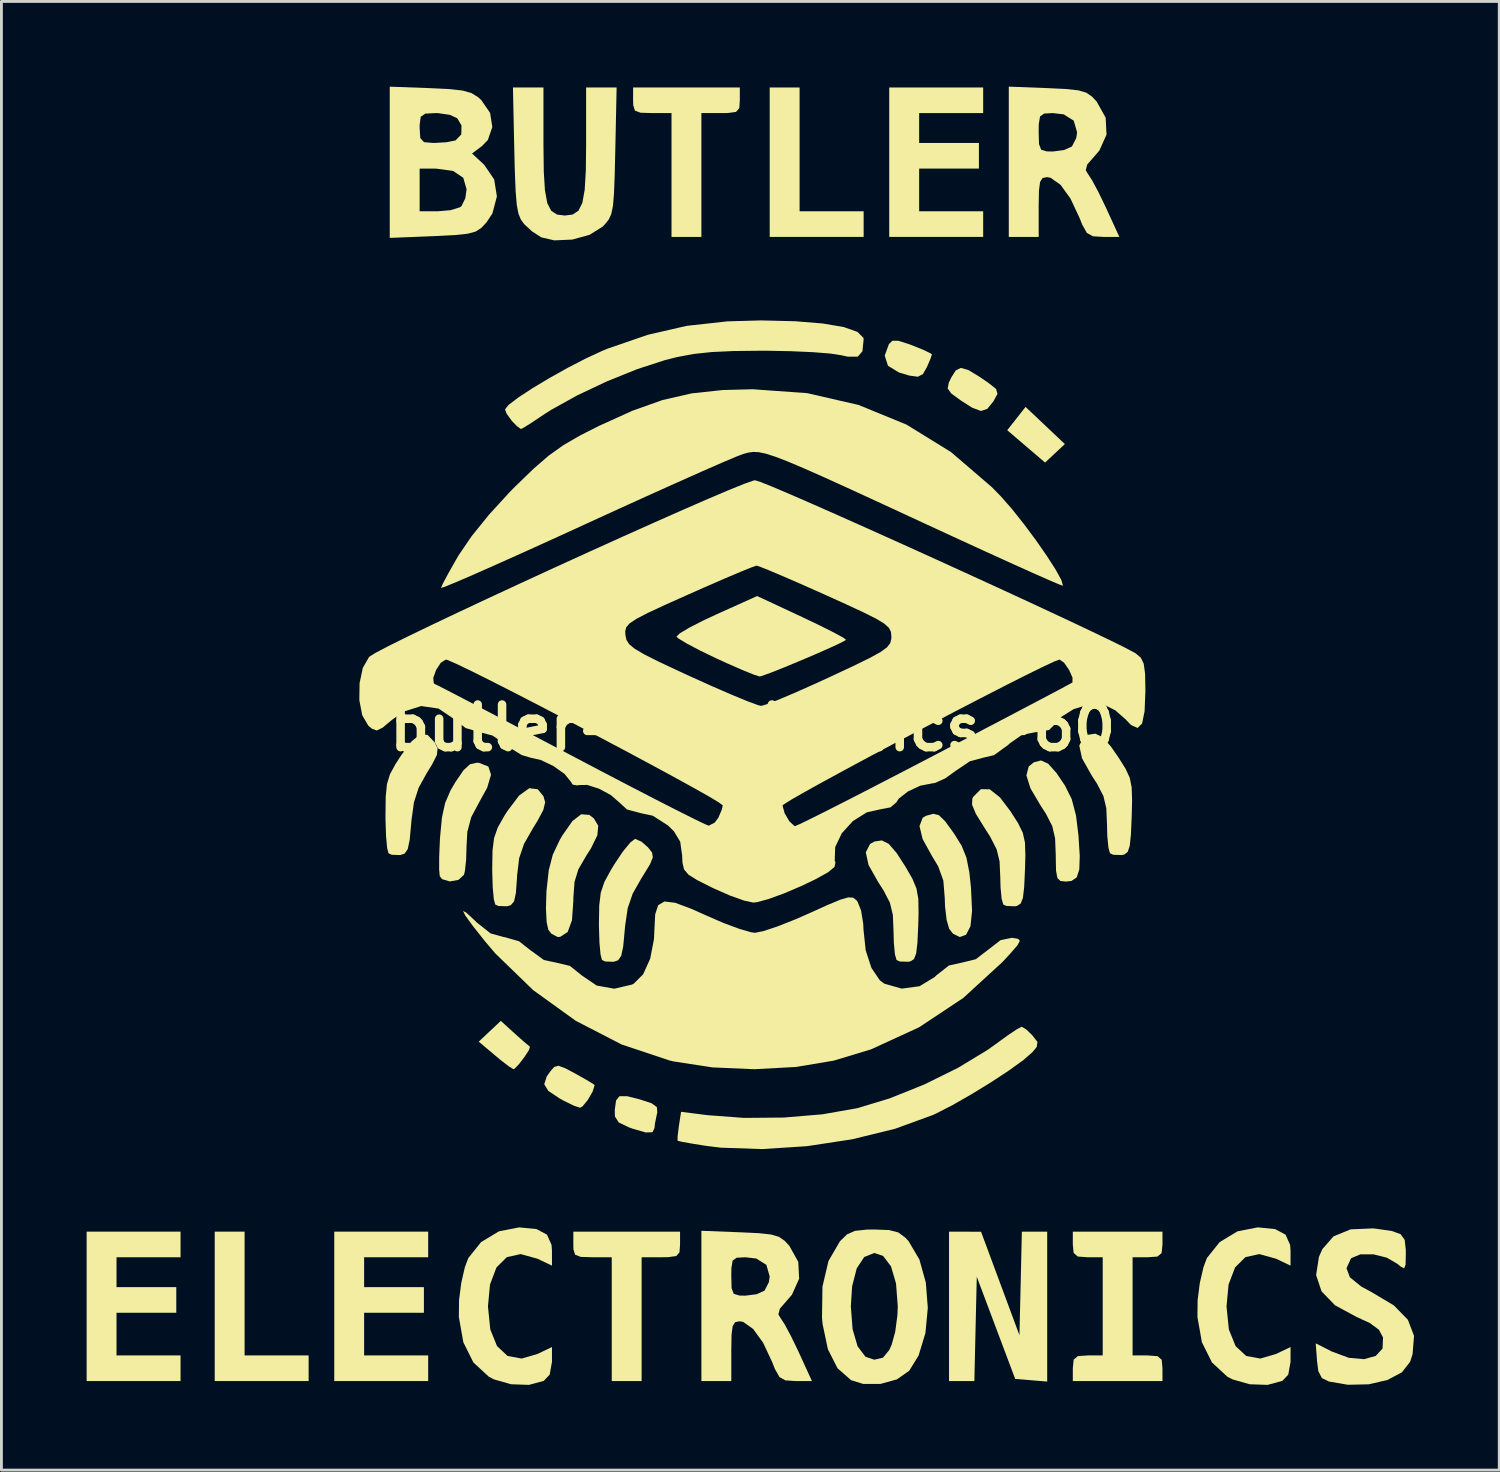
<source format=kicad_pcb>
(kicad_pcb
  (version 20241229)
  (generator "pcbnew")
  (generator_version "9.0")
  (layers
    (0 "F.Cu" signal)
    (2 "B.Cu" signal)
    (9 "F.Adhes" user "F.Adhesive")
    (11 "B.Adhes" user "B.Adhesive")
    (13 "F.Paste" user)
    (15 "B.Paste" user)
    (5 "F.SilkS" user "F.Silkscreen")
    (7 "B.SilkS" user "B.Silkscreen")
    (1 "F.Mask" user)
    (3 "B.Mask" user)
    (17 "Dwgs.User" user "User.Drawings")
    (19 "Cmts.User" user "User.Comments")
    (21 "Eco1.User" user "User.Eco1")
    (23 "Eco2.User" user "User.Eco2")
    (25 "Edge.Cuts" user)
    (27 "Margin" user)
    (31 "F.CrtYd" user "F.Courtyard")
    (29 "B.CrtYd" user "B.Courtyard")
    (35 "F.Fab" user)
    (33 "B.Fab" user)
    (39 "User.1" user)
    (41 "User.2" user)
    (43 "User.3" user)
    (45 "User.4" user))
  (footprint "butler-electronics-60"
    (layer "F.Cu")
    (at 23.446 22.574)
    (property "Reference" "butler-electronics-60" (at 0 0 0) (layer "F.SilkS") (effects (font (size 1.5 1.5) (thickness 0.3))))
    (attr board_only exclude_from_pos_files exclude_from_bom)
    (fp_poly (pts (xy 10.3 -10.645) (xy 10.992 -9.991) (xy 10.644 -9.666) (xy 10.295 -9.34) (xy 9.629 -9.909) (xy 8.963 -10.479) (xy 9.286 -10.889) (xy 9.608 -11.299)) (stroke (width 0) (type solid)) (fill yes) (layer "F.SilkS"))
    (fp_poly (pts (xy -17.885 19.914) (xy -17.885 22.093) (xy -16.758 22.093) (xy -15.631 22.093) (xy -15.631 22.544) (xy -15.631 22.995) (xy -17.284 22.995) (xy -18.937 22.995) (xy -18.937 20.365) (xy -18.937 17.735) (xy -18.411 17.735) (xy -17.885 17.735)) (stroke (width 0) (type solid)) (fill yes) (layer "F.SilkS"))
    (fp_poly (pts (xy 1.653 -20.365) (xy 1.653 -18.186) (xy 2.78 -18.186) (xy 3.908 -18.186) (xy 3.908 -17.735) (xy 3.908 -17.284) (xy 2.254 -17.284) (xy 0.601 -17.284) (xy 0.601 -19.914) (xy 0.601 -22.544) (xy 1.127 -22.544) (xy 1.653 -22.544)) (stroke (width 0) (type solid)) (fill yes) (layer "F.SilkS"))
    (fp_poly (pts (xy -8.379 10.757) (xy -8.071 11.031) (xy -7.871 11.201) (xy -7.839 11.224) (xy -7.876 11.345) (xy -8.032 11.586) (xy -8.227 11.841) (xy -8.385 12.002) (xy -8.417 12.017) (xy -8.565 11.929) (xy -8.86 11.704) (xy -9.067 11.532) (xy -9.642 11.046) (xy -9.254 10.681) (xy -8.865 10.316)) (stroke (width 0) (type solid)) (fill yes) (layer "F.SilkS"))
    (fp_poly (pts (xy 5.133 -13.627) (xy 5.514 -13.505) (xy 5.623 -13.464) (xy 6.021 -13.302) (xy 6.27 -13.181) (xy 6.312 -13.146) (xy 6.257 -12.983) (xy 6.138 -12.707) (xy 5.997 -12.457) (xy 5.819 -12.361) (xy 5.514 -12.402) (xy 5.148 -12.512) (xy 4.764 -12.748) (xy 4.65 -13.105) (xy 4.799 -13.514) (xy 4.922 -13.629)) (stroke (width 0) (type solid)) (fill yes) (layer "F.SilkS"))
    (fp_poly (pts (xy -4.418 12.967) (xy -3.976 13.078) (xy -3.558 13.215) (xy -3.372 13.351) (xy -3.356 13.538) (xy -3.368 13.587) (xy -3.439 13.931) (xy -3.455 14.09) (xy -3.526 14.235) (xy -3.763 14.244) (xy -4.211 14.115) (xy -4.359 14.062) (xy -4.712 13.892) (xy -4.848 13.681) (xy -4.854 13.453) (xy -4.808 13.117) (xy -4.686 12.966)) (stroke (width 0) (type solid)) (fill yes) (layer "F.SilkS"))
    (fp_poly (pts (xy 7.589 -12.6) (xy 7.993 -12.356) (xy 8.302 -12.144) (xy 8.571 -11.931) (xy 8.619 -11.757) (xy 8.478 -11.498) (xy 8.472 -11.489) (xy 8.26 -11.229) (xy 8.036 -11.156) (xy 7.723 -11.274) (xy 7.332 -11.524) (xy 6.994 -11.77) (xy 6.866 -11.948) (xy 6.907 -12.157) (xy 6.999 -12.344) (xy 7.152 -12.584) (xy 7.329 -12.672)) (stroke (width 0) (type solid)) (fill yes) (layer "F.SilkS"))
    (fp_poly (pts (xy -6.593 11.985) (xy -6.234 12.176) (xy -5.853 12.39) (xy -5.609 12.539) (xy -5.561 12.577) (xy -5.636 12.812) (xy -5.806 13.103) (xy -5.989 13.326) (xy -6.074 13.373) (xy -6.296 13.3) (xy -6.659 13.122) (xy -6.801 13.043) (xy -7.196 12.777) (xy -7.336 12.545) (xy -7.249 12.273) (xy -7.131 12.104) (xy -6.987 11.937) (xy -6.837 11.895)) (stroke (width 0) (type solid)) (fill yes) (layer "F.SilkS"))
    (fp_poly (pts (xy -2.555 18.186) (xy -2.575 18.463) (xy -2.688 18.594) (xy -2.976 18.634) (xy -3.231 18.637) (xy -3.908 18.637) (xy -3.908 20.816) (xy -3.908 22.995) (xy -4.434 22.995) (xy -4.96 22.995) (xy -4.96 20.816) (xy -4.96 18.637) (xy -5.636 18.637) (xy -6.052 18.624) (xy -6.249 18.548) (xy -6.309 18.356) (xy -6.312 18.186) (xy -6.312 17.735) (xy -4.434 17.735) (xy -2.555 17.735)) (stroke (width 0) (type solid)) (fill yes) (layer "F.SilkS"))
    (fp_poly (pts (xy -0.451 -22.093) (xy -0.47 -21.816) (xy -0.584 -21.685) (xy -0.872 -21.645) (xy -1.127 -21.643) (xy -1.804 -21.643) (xy -1.804 -19.463) (xy -1.804 -17.284) (xy -2.33 -17.284) (xy -2.856 -17.284) (xy -2.856 -19.463) (xy -2.856 -21.643) (xy -3.532 -21.643) (xy -3.948 -21.656) (xy -4.145 -21.731) (xy -4.204 -21.923) (xy -4.208 -22.093) (xy -4.208 -22.544) (xy -2.33 -22.544) (xy -0.451 -22.544)) (stroke (width 0) (type solid)) (fill yes) (layer "F.SilkS"))
    (fp_poly (pts (xy 10.37 20.374) (xy 10.37 23.013) (xy 9.807 22.967) (xy 9.243 22.92) (xy 8.567 21.122) (xy 7.891 19.324) (xy 7.848 21.16) (xy 7.806 22.995) (xy 7.36 22.995) (xy 6.914 22.995) (xy 6.914 20.365) (xy 6.914 17.735) (xy 7.477 17.737) (xy 8.041 17.738) (xy 8.717 19.56) (xy 9.393 21.382) (xy 9.436 19.559) (xy 9.478 17.735) (xy 9.924 17.735) (xy 10.37 17.735)) (stroke (width 0) (type solid)) (fill yes) (layer "F.SilkS"))
    (fp_poly (pts (xy -20.14 18.186) (xy -20.14 18.637) (xy -21.267 18.637) (xy -22.394 18.637) (xy -22.394 19.163) (xy -22.394 19.689) (xy -21.342 19.689) (xy -20.29 19.689) (xy -20.29 20.14) (xy -20.29 20.591) (xy -21.342 20.591) (xy -22.394 20.591) (xy -22.394 21.342) (xy -22.394 22.093) (xy -21.267 22.093) (xy -20.14 22.093) (xy -20.14 22.544) (xy -20.14 22.995) (xy -21.793 22.995) (xy -23.446 22.995) (xy -23.446 20.365) (xy -23.446 17.735) (xy -21.793 17.735) (xy -20.14 17.735)) (stroke (width 0) (type solid)) (fill yes) (layer "F.SilkS"))
    (fp_poly (pts (xy -11.422 18.186) (xy -11.422 18.637) (xy -12.55 18.637) (xy -13.677 18.637) (xy -13.677 19.163) (xy -13.677 19.689) (xy -12.625 19.689) (xy -11.573 19.689) (xy -11.573 20.14) (xy -11.573 20.591) (xy -12.625 20.591) (xy -13.677 20.591) (xy -13.677 21.342) (xy -13.677 22.093) (xy -12.55 22.093) (xy -11.422 22.093) (xy -11.422 22.544) (xy -11.422 22.995) (xy -13.076 22.995) (xy -14.729 22.995) (xy -14.729 20.365) (xy -14.729 17.735) (xy -13.076 17.735) (xy -11.422 17.735)) (stroke (width 0) (type solid)) (fill yes) (layer "F.SilkS"))
    (fp_poly (pts (xy 8.116 -22.093) (xy 8.116 -21.643) (xy 6.989 -21.643) (xy 5.862 -21.643) (xy 5.862 -21.117) (xy 5.862 -20.591) (xy 6.914 -20.591) (xy 7.966 -20.591) (xy 7.966 -20.14) (xy 7.966 -19.689) (xy 6.914 -19.689) (xy 5.862 -19.689) (xy 5.862 -18.937) (xy 5.862 -18.186) (xy 6.989 -18.186) (xy 8.116 -18.186) (xy 8.116 -17.735) (xy 8.116 -17.284) (xy 6.463 -17.284) (xy 4.809 -17.284) (xy 4.809 -19.914) (xy 4.809 -22.544) (xy 6.463 -22.544) (xy 8.116 -22.544)) (stroke (width 0) (type solid)) (fill yes) (layer "F.SilkS"))
    (fp_poly (pts (xy 6.558 3.074) (xy 6.778 3.289) (xy 7.086 3.713) (xy 7.091 3.72) (xy 7.359 4.152) (xy 7.527 4.569) (xy 7.629 5.083) (xy 7.687 5.631) (xy 7.725 6.439) (xy 7.669 6.982) (xy 7.515 7.282) (xy 7.289 7.364) (xy 7.053 7.245) (xy 6.919 7.074) (xy 6.829 6.759) (xy 6.773 6.28) (xy 6.763 5.984) (xy 6.714 5.379) (xy 6.533 4.876) (xy 6.312 4.509) (xy 5.984 3.914) (xy 5.874 3.459) (xy 5.985 3.166) (xy 6.099 3.097) (xy 6.356 3.025)) (stroke (width 0) (type solid)) (fill yes) (layer "F.SilkS"))
    (fp_poly (pts (xy 10.402 1.26) (xy 10.694 1.585) (xy 10.994 2.029) (xy 11.233 2.508) (xy 11.385 3.087) (xy 11.471 3.789) (xy 11.516 4.514) (xy 11.499 4.99) (xy 11.407 5.266) (xy 11.225 5.389) (xy 11.031 5.411) (xy 10.834 5.39) (xy 10.727 5.284) (xy 10.681 5.022) (xy 10.671 4.536) (xy 10.671 4.469) (xy 10.648 3.889) (xy 10.548 3.457) (xy 10.325 3.023) (xy 10.145 2.747) (xy 9.779 2.126) (xy 9.638 1.673) (xy 9.719 1.36) (xy 9.899 1.213) (xy 10.152 1.147)) (stroke (width 0) (type solid)) (fill yes) (layer "F.SilkS"))
    (fp_poly (pts (xy -9.631 1.233) (xy -9.303 1.361) (xy -9.209 1.65) (xy -9.347 2.111) (xy -9.605 2.579) (xy -9.906 3.143) (xy -10.044 3.661) (xy -10.07 4.131) (xy -10.086 4.633) (xy -10.128 5.033) (xy -10.161 5.173) (xy -10.356 5.352) (xy -10.662 5.406) (xy -10.933 5.326) (xy -11.014 5.223) (xy -11.036 4.991) (xy -11.035 4.547) (xy -11.011 3.976) (xy -11.003 3.843) (xy -10.937 3.153) (xy -10.826 2.647) (xy -10.637 2.205) (xy -10.47 1.919) (xy -10.179 1.492) (xy -9.948 1.28) (xy -9.708 1.227)) (stroke (width 0) (type solid)) (fill yes) (layer "F.SilkS"))
    (fp_poly (pts (xy -5.75 3.064) (xy -5.591 3.186) (xy -5.436 3.446) (xy -5.465 3.778) (xy -5.69 4.239) (xy -5.862 4.509) (xy -6.134 4.979) (xy -6.27 5.42) (xy -6.311 5.983) (xy -6.312 6.094) (xy -6.36 6.773) (xy -6.511 7.186) (xy -6.774 7.357) (xy -6.861 7.364) (xy -7.084 7.248) (xy -7.193 7.108) (xy -7.252 6.838) (xy -7.276 6.366) (xy -7.26 5.788) (xy -7.255 5.717) (xy -7.177 5.01) (xy -7.036 4.466) (xy -6.794 3.952) (xy -6.706 3.799) (xy -6.345 3.282) (xy -6.036 3.042)) (stroke (width 0) (type solid)) (fill yes) (layer "F.SilkS"))
    (fp_poly (pts (xy 1.754 -3.896) (xy 2.372 -3.601) (xy 2.867 -3.352) (xy 3.191 -3.176) (xy 3.291 -3.098) (xy 3.106 -2.996) (xy 2.719 -2.816) (xy 2.205 -2.589) (xy 1.634 -2.346) (xy 1.08 -2.117) (xy 0.616 -1.933) (xy 0.314 -1.825) (xy 0.244 -1.81) (xy 0.043 -1.873) (xy -0.362 -2.037) (xy -0.904 -2.275) (xy -1.283 -2.448) (xy -1.862 -2.728) (xy -2.326 -2.973) (xy -2.616 -3.15) (xy -2.682 -3.212) (xy -2.57 -3.324) (xy -2.238 -3.523) (xy -1.739 -3.778) (xy -1.282 -3.992) (xy 0.158 -4.641)) (stroke (width 0) (type solid)) (fill yes) (layer "F.SilkS"))
    (fp_poly (pts (xy -7.565 2.161) (xy -7.365 2.404) (xy -7.304 2.62) (xy -7.368 2.89) (xy -7.582 3.289) (xy -7.728 3.523) (xy -8.048 4.084) (xy -8.219 4.586) (xy -8.291 5.191) (xy -8.296 5.289) (xy -8.334 5.815) (xy -8.399 6.11) (xy -8.518 6.245) (xy -8.648 6.281) (xy -8.947 6.271) (xy -9.062 6.219) (xy -9.112 6.027) (xy -9.15 5.616) (xy -9.167 5.066) (xy -9.168 4.938) (xy -9.157 4.315) (xy -9.102 3.878) (xy -8.974 3.511) (xy -8.742 3.099) (xy -8.637 2.934) (xy -8.221 2.382) (xy -7.864 2.125)) (stroke (width 0) (type solid)) (fill yes) (layer "F.SilkS"))
    (fp_poly (pts (xy 4.792 4.084) (xy 5.07 4.407) (xy 5.379 4.886) (xy 5.625 5.311) (xy 5.768 5.656) (xy 5.833 6.024) (xy 5.842 6.522) (xy 5.83 6.946) (xy 5.802 7.562) (xy 5.758 7.938) (xy 5.682 8.137) (xy 5.557 8.219) (xy 5.48 8.235) (xy 5.181 8.225) (xy 5.066 8.172) (xy 5.01 7.976) (xy 4.971 7.573) (xy 4.96 7.15) (xy 4.936 6.585) (xy 4.834 6.158) (xy 4.609 5.722) (xy 4.426 5.44) (xy 4.081 4.829) (xy 3.984 4.382) (xy 4.132 4.089) (xy 4.289 4.001) (xy 4.547 3.962)) (stroke (width 0) (type solid)) (fill yes) (layer "F.SilkS"))
    (fp_poly (pts (xy 8.346 2.162) (xy 8.707 2.448) (xy 9.073 2.93) (xy 9.348 3.36) (xy 9.511 3.694) (xy 9.587 4.036) (xy 9.602 4.49) (xy 9.587 5.004) (xy 9.559 5.616) (xy 9.514 5.989) (xy 9.437 6.185) (xy 9.311 6.266) (xy 9.237 6.281) (xy 8.938 6.271) (xy 8.824 6.219) (xy 8.766 6.021) (xy 8.728 5.62) (xy 8.717 5.233) (xy 8.693 4.697) (xy 8.59 4.277) (xy 8.366 3.837) (xy 8.162 3.518) (xy 7.859 3.027) (xy 7.724 2.705) (xy 7.735 2.486) (xy 7.764 2.43) (xy 8.036 2.158)) (stroke (width 0) (type solid)) (fill yes) (layer "F.SilkS"))
    (fp_poly (pts (xy 12.317 0.327) (xy 12.609 0.652) (xy 12.894 1.063) (xy 13.132 1.445) (xy 13.276 1.757) (xy 13.344 2.097) (xy 13.359 2.558) (xy 13.345 3.126) (xy 13.317 3.759) (xy 13.276 4.152) (xy 13.206 4.364) (xy 13.091 4.456) (xy 12.994 4.478) (xy 12.696 4.468) (xy 12.581 4.415) (xy 12.525 4.218) (xy 12.486 3.816) (xy 12.475 3.392) (xy 12.451 2.828) (xy 12.349 2.401) (xy 12.124 1.965) (xy 11.94 1.683) (xy 11.596 1.072) (xy 11.499 0.624) (xy 11.647 0.331) (xy 11.804 0.244) (xy 12.065 0.204)) (stroke (width 0) (type solid)) (fill yes) (layer "F.SilkS"))
    (fp_poly (pts (xy -11.445 0.247) (xy -11.198 0.506) (xy -11.184 0.526) (xy -11.091 0.727) (xy -11.115 0.951) (xy -11.28 1.28) (xy -11.464 1.578) (xy -11.756 2.104) (xy -11.924 2.622) (xy -12.013 3.276) (xy -12.021 3.382) (xy -12.073 3.942) (xy -12.142 4.267) (xy -12.25 4.425) (xy -12.406 4.478) (xy -12.704 4.468) (xy -12.819 4.415) (xy -12.868 4.225) (xy -12.905 3.812) (xy -12.924 3.254) (xy -12.925 3.054) (xy -12.917 2.42) (xy -12.874 1.981) (xy -12.768 1.634) (xy -12.571 1.272) (xy -12.374 0.968) (xy -11.999 0.466) (xy -11.701 0.23)) (stroke (width 0) (type solid)) (fill yes) (layer "F.SilkS"))
    (fp_poly (pts (xy 14.428 18.186) (xy 14.399 18.489) (xy 14.25 18.613) (xy 13.902 18.637) (xy 13.376 18.637) (xy 13.376 20.365) (xy 13.376 22.093) (xy 13.902 22.093) (xy 14.256 22.119) (xy 14.401 22.246) (xy 14.428 22.544) (xy 14.428 22.995) (xy 12.85 22.995) (xy 11.272 22.995) (xy 11.272 22.544) (xy 11.302 22.241) (xy 11.45 22.117) (xy 11.798 22.093) (xy 12.324 22.093) (xy 12.324 20.365) (xy 12.324 18.637) (xy 11.798 18.637) (xy 11.445 18.612) (xy 11.3 18.484) (xy 11.272 18.186) (xy 11.272 17.735) (xy 12.85 17.735) (xy 14.428 17.735)) (stroke (width 0) (type solid)) (fill yes) (layer "F.SilkS"))
    (fp_poly (pts (xy -3.907 4.01) (xy -3.683 4.208) (xy -3.543 4.385) (xy -3.513 4.555) (xy -3.611 4.799) (xy -3.853 5.196) (xy -3.917 5.297) (xy -4.222 5.835) (xy -4.397 6.344) (xy -4.49 6.974) (xy -4.504 7.139) (xy -4.557 7.699) (xy -4.627 8.025) (xy -4.736 8.182) (xy -4.891 8.235) (xy -5.189 8.225) (xy -5.304 8.172) (xy -5.354 7.981) (xy -5.392 7.57) (xy -5.41 7.018) (xy -5.411 6.874) (xy -5.4 6.246) (xy -5.346 5.802) (xy -5.219 5.425) (xy -4.987 4.998) (xy -4.863 4.795) (xy -4.566 4.352) (xy -4.305 4.034) (xy -4.138 3.908) (xy -4.135 3.908)) (stroke (width 0) (type solid)) (fill yes) (layer "F.SilkS"))
    (fp_poly (pts (xy -7.608 17.645) (xy -7.24 17.841) (xy -7.079 18.202) (xy -7.064 18.414) (xy -7.064 18.932) (xy -7.574 18.689) (xy -8.166 18.525) (xy -8.653 18.633) (xy -9.019 18.996) (xy -9.246 19.598) (xy -9.318 20.365) (xy -9.236 21.177) (xy -8.999 21.764) (xy -8.626 22.112) (xy -8.132 22.203) (xy -7.574 22.041) (xy -7.064 21.798) (xy -7.064 22.316) (xy -7.144 22.769) (xy -7.355 22.99) (xy -7.874 23.13) (xy -8.504 23.108) (xy -9.109 22.936) (xy -9.291 22.84) (xy -9.83 22.341) (xy -10.185 21.629) (xy -10.342 20.742) (xy -10.336 20.15) (xy -10.259 19.546) (xy -10.131 18.988) (xy -10.01 18.666) (xy -9.56 18.103) (xy -8.932 17.724) (xy -8.219 17.585)) (stroke (width 0) (type solid)) (fill yes) (layer "F.SilkS"))
    (fp_poly (pts (xy 18.393 17.645) (xy 18.761 17.841) (xy 18.922 18.202) (xy 18.937 18.414) (xy 18.937 18.932) (xy 18.427 18.689) (xy 17.835 18.525) (xy 17.348 18.633) (xy 16.983 18.996) (xy 16.755 19.598) (xy 16.683 20.365) (xy 16.765 21.177) (xy 17.002 21.764) (xy 17.375 22.112) (xy 17.87 22.203) (xy 18.427 22.041) (xy 18.937 21.798) (xy 18.937 22.316) (xy 18.857 22.769) (xy 18.647 22.99) (xy 18.127 23.13) (xy 17.497 23.108) (xy 16.893 22.936) (xy 16.71 22.84) (xy 16.171 22.341) (xy 15.816 21.629) (xy 15.659 20.742) (xy 15.665 20.15) (xy 15.742 19.546) (xy 15.871 18.988) (xy 15.991 18.666) (xy 16.441 18.103) (xy 17.07 17.724) (xy 17.782 17.585)) (stroke (width 0) (type solid)) (fill yes) (layer "F.SilkS"))
    (fp_poly (pts (xy -7.364 -20.526) (xy -7.353 -19.596) (xy -7.312 -18.925) (xy -7.229 -18.474) (xy -7.09 -18.202) (xy -6.886 -18.07) (xy -6.613 -18.036) (xy -6.332 -18.072) (xy -6.13 -18.209) (xy -5.994 -18.486) (xy -5.912 -18.944) (xy -5.872 -19.623) (xy -5.862 -20.526) (xy -5.862 -22.544) (xy -5.325 -22.544) (xy -4.788 -22.544) (xy -4.836 -20.293) (xy -4.857 -19.425) (xy -4.881 -18.804) (xy -4.917 -18.378) (xy -4.975 -18.094) (xy -5.064 -17.898) (xy -5.192 -17.737) (xy -5.285 -17.642) (xy -5.741 -17.357) (xy -6.351 -17.19) (xy -6.982 -17.162) (xy -7.44 -17.268) (xy -7.765 -17.478) (xy -8.041 -17.732) (xy -8.159 -17.893) (xy -8.245 -18.104) (xy -8.304 -18.418) (xy -8.343 -18.886) (xy -8.371 -19.559) (xy -8.39 -20.305) (xy -8.438 -22.544) (xy -7.901 -22.544) (xy -7.364 -22.544)) (stroke (width 0) (type solid)) (fill yes) (layer "F.SilkS"))
    (fp_poly (pts (xy 9.637 10.62) (xy 9.844 10.821) (xy 10.027 11.057) (xy 10 11.236) (xy 9.843 11.424) (xy 9.534 11.693) (xy 9.029 12.058) (xy 8.398 12.473) (xy 7.711 12.894) (xy 7.04 13.278) (xy 6.454 13.579) (xy 6.335 13.633) (xy 5.011 14.115) (xy 3.505 14.484) (xy 1.917 14.726) (xy 0.342 14.829) (xy -1.121 14.779) (xy -1.648 14.714) (xy -2.146 14.634) (xy -2.505 14.569) (xy -2.644 14.534) (xy -2.641 14.382) (xy -2.601 14.05) (xy -2.595 14.01) (xy -2.519 13.516) (xy -1.598 13.634) (xy -0.304 13.731) (xy 1.092 13.719) (xy 2.461 13.604) (xy 3.673 13.391) (xy 3.682 13.389) (xy 4.827 13.043) (xy 6.048 12.552) (xy 7.232 11.967) (xy 8.267 11.34) (xy 8.556 11.134) (xy 8.981 10.825) (xy 9.31 10.605) (xy 9.472 10.521) (xy 9.472 10.521)) (stroke (width 0) (type solid)) (fill yes) (layer "F.SilkS"))
    (fp_poly (pts (xy 1.493 -14.315) (xy 2.468 -14.236) (xy 3.208 -14.11) (xy 3.691 -13.94) (xy 3.901 -13.73) (xy 3.908 -13.679) (xy 3.865 -13.256) (xy 3.699 -13.067) (xy 3.348 -13.068) (xy 3.109 -13.12) (xy 2.729 -13.178) (xy 2.123 -13.226) (xy 1.367 -13.26) (xy 0.537 -13.276) (xy 0.301 -13.277) (xy -0.684 -13.266) (xy -1.45 -13.23) (xy -2.081 -13.162) (xy -2.658 -13.054) (xy -3.081 -12.948) (xy -4.061 -12.63) (xy -5.132 -12.198) (xy -6.181 -11.702) (xy -7.098 -11.193) (xy -7.431 -10.978) (xy -7.811 -10.723) (xy -8.08 -10.557) (xy -8.157 -10.521) (xy -8.293 -10.619) (xy -8.468 -10.796) (xy -8.661 -11.06) (xy -8.717 -11.211) (xy -8.592 -11.37) (xy -8.252 -11.628) (xy -7.754 -11.955) (xy -7.152 -12.316) (xy -6.502 -12.679) (xy -5.859 -13.011) (xy -5.279 -13.279) (xy -5.11 -13.349) (xy -3.69 -13.838) (xy -2.324 -14.152) (xy -0.89 -14.311) (xy 0.301 -14.344)) (stroke (width 0) (type solid)) (fill yes) (layer "F.SilkS"))
    (fp_poly (pts (xy 4.801 17.679) (xy 5.13 17.764) (xy 5.379 17.95) (xy 5.492 18.073) (xy 5.871 18.717) (xy 6.097 19.529) (xy 6.167 20.42) (xy 6.083 21.305) (xy 5.843 22.096) (xy 5.511 22.634) (xy 5.08 22.936) (xy 4.497 23.097) (xy 3.89 23.096) (xy 3.465 22.964) (xy 2.988 22.544) (xy 2.65 21.877) (xy 2.462 20.987) (xy 2.442 20.766) (xy 2.448 20.365) (xy 3.457 20.365) (xy 3.519 21.17) (xy 3.695 21.772) (xy 3.972 22.139) (xy 4.283 22.244) (xy 4.589 22.172) (xy 4.807 21.906) (xy 4.892 21.723) (xy 5.019 21.264) (xy 5.097 20.677) (xy 5.11 20.365) (xy 5.048 19.56) (xy 4.872 18.959) (xy 4.594 18.592) (xy 4.283 18.486) (xy 3.929 18.627) (xy 3.665 19.027) (xy 3.503 19.658) (xy 3.457 20.365) (xy 2.448 20.365) (xy 2.458 19.672) (xy 2.67 18.768) (xy 3.072 18.077) (xy 3.073 18.075) (xy 3.323 17.831) (xy 3.603 17.707) (xy 4.023 17.663) (xy 4.283 17.66)) (stroke (width 0) (type solid)) (fill yes) (layer "F.SilkS"))
    (fp_poly (pts (xy 21.952 17.633) (xy 22.499 17.712) (xy 22.811 17.824) (xy 22.955 18.025) (xy 22.994 18.369) (xy 22.995 18.519) (xy 22.987 18.9) (xy 22.934 19.029) (xy 22.799 18.954) (xy 22.706 18.873) (xy 22.323 18.65) (xy 21.848 18.533) (xy 21.396 18.534) (xy 21.081 18.666) (xy 21.06 18.689) (xy 20.907 19.022) (xy 21.026 19.343) (xy 21.428 19.669) (xy 21.79 19.865) (xy 22.574 20.332) (xy 23.068 20.838) (xy 23.284 21.403) (xy 23.233 22.048) (xy 23.147 22.316) (xy 22.856 22.688) (xy 22.346 22.958) (xy 21.69 23.11) (xy 20.955 23.126) (xy 20.29 23.012) (xy 20.039 22.89) (xy 19.914 22.643) (xy 19.869 22.287) (xy 19.823 21.667) (xy 20.389 21.955) (xy 20.989 22.177) (xy 21.522 22.225) (xy 21.935 22.111) (xy 22.176 21.851) (xy 22.193 21.46) (xy 22.192 21.459) (xy 22.048 21.189) (xy 21.726 20.952) (xy 21.264 20.74) (xy 20.505 20.33) (xy 20.028 19.837) (xy 19.837 19.266) (xy 19.936 18.624) (xy 20.057 18.35) (xy 20.452 17.9) (xy 21.052 17.654) (xy 21.835 17.621)) (stroke (width 0) (type solid)) (fill yes) (layer "F.SilkS"))
    (fp_poly (pts (xy -0.438 17.758) (xy 0.218 17.789) (xy 0.649 17.836) (xy 0.927 17.919) (xy 1.128 18.058) (xy 1.291 18.232) (xy 1.607 18.799) (xy 1.637 19.392) (xy 1.384 19.956) (xy 1.224 20.141) (xy 0.959 20.446) (xy 0.906 20.649) (xy 0.977 20.768) (xy 1.127 20.997) (xy 1.351 21.415) (xy 1.603 21.935) (xy 1.624 21.981) (xy 2.088 22.995) (xy 1.515 22.995) (xy 1.159 22.973) (xy 0.946 22.856) (xy 0.783 22.569) (xy 0.688 22.328) (xy 0.368 21.645) (xy 0.017 21.16) (xy -0.333 20.913) (xy -0.462 20.891) (xy -0.614 20.922) (xy -0.702 21.059) (xy -0.742 21.364) (xy -0.751 21.902) (xy -0.751 21.943) (xy -0.751 22.995) (xy -1.278 22.995) (xy -1.804 22.995) (xy -1.804 20.35) (xy -1.804 19.313) (xy -0.751 19.313) (xy -0.74 19.729) (xy -0.664 19.925) (xy -0.464 19.985) (xy -0.256 19.989) (xy 0.143 19.938) (xy 0.417 19.813) (xy 0.421 19.809) (xy 0.571 19.516) (xy 0.601 19.313) (xy 0.483 18.904) (xy 0.129 18.682) (xy -0.256 18.637) (xy -0.56 18.653) (xy -0.705 18.756) (xy -0.748 19.028) (xy -0.751 19.313) (xy -1.804 19.313) (xy -1.804 17.705)) (stroke (width 0) (type solid)) (fill yes) (layer "F.SilkS"))
    (fp_poly (pts (xy 10.384 -22.522) (xy 11.04 -22.49) (xy 11.47 -22.443) (xy 11.748 -22.361) (xy 11.949 -22.222) (xy 12.112 -22.048) (xy 12.428 -21.481) (xy 12.459 -20.887) (xy 12.206 -20.323) (xy 12.046 -20.138) (xy 11.78 -19.833) (xy 11.727 -19.63) (xy 11.798 -19.511) (xy 11.948 -19.282) (xy 12.172 -18.864) (xy 12.424 -18.344) (xy 12.445 -18.299) (xy 12.91 -17.284) (xy 12.337 -17.284) (xy 11.98 -17.306) (xy 11.767 -17.423) (xy 11.605 -17.711) (xy 11.509 -17.952) (xy 11.189 -18.634) (xy 10.838 -19.12) (xy 10.488 -19.366) (xy 10.36 -19.388) (xy 10.207 -19.357) (xy 10.12 -19.221) (xy 10.08 -18.915) (xy 10.07 -18.377) (xy 10.07 -18.336) (xy 10.07 -17.284) (xy 9.544 -17.284) (xy 9.018 -17.284) (xy 9.018 -19.929) (xy 9.018 -20.966) (xy 10.07 -20.966) (xy 10.082 -20.551) (xy 10.157 -20.354) (xy 10.357 -20.294) (xy 10.566 -20.29) (xy 10.964 -20.342) (xy 11.238 -20.466) (xy 11.242 -20.47) (xy 11.393 -20.763) (xy 11.422 -20.966) (xy 11.305 -21.375) (xy 10.951 -21.598) (xy 10.566 -21.643) (xy 10.261 -21.626) (xy 10.117 -21.523) (xy 10.073 -21.251) (xy 10.07 -20.966) (xy 9.018 -20.966) (xy 9.018 -22.574)) (stroke (width 0) (type solid)) (fill yes) (layer "F.SilkS"))
    (fp_poly (pts (xy -11.359 -22.521) (xy -10.674 -22.488) (xy -10.215 -22.437) (xy -9.908 -22.351) (xy -9.679 -22.213) (xy -9.556 -22.105) (xy -9.242 -21.649) (xy -9.164 -21.151) (xy -9.322 -20.696) (xy -9.522 -20.488) (xy -9.877 -20.22) (xy -9.447 -19.819) (xy -9.099 -19.307) (xy -9.003 -18.709) (xy -9.161 -18.109) (xy -9.375 -17.787) (xy -9.556 -17.597) (xy -9.752 -17.472) (xy -10.032 -17.396) (xy -10.463 -17.349) (xy -11.114 -17.316) (xy -11.254 -17.31) (xy -12.775 -17.249) (xy -12.775 -19.689) (xy -11.723 -19.689) (xy -11.723 -18.937) (xy -11.723 -18.186) (xy -11.077 -18.186) (xy -10.634 -18.225) (xy -10.309 -18.325) (xy -10.25 -18.366) (xy -10.115 -18.644) (xy -10.07 -18.962) (xy -10.187 -19.365) (xy -10.544 -19.605) (xy -11.152 -19.689) (xy -11.187 -19.689) (xy -11.723 -19.689) (xy -12.775 -19.689) (xy -12.775 -19.911) (xy -12.775 -21.117) (xy -11.723 -21.117) (xy -11.7 -20.764) (xy -11.569 -20.619) (xy -11.242 -20.591) (xy -11.209 -20.591) (xy -10.784 -20.616) (xy -10.465 -20.679) (xy -10.458 -20.682) (xy -10.255 -20.892) (xy -10.25 -21.21) (xy -10.4 -21.462) (xy -10.661 -21.581) (xy -11.071 -21.641) (xy -11.152 -21.643) (xy -11.524 -21.624) (xy -11.685 -21.514) (xy -11.722 -21.231) (xy -11.723 -21.117) (xy -12.775 -21.117) (xy -12.775 -22.573)) (stroke (width 0) (type solid)) (fill yes) (layer "F.SilkS"))
    (fp_poly (pts (xy 1.923 -11.783) (xy 3.729 -11.368) (xy 5.415 -10.677) (xy 6.983 -9.71) (xy 8.43 -8.467) (xy 8.738 -8.151) (xy 9.126 -7.709) (xy 9.549 -7.177) (xy 9.972 -6.608) (xy 10.358 -6.053) (xy 10.669 -5.568) (xy 10.869 -5.204) (xy 10.922 -5.014) (xy 10.917 -5.005) (xy 10.776 -5.056) (xy 10.393 -5.22) (xy 9.799 -5.483) (xy 9.026 -5.831) (xy 8.104 -6.251) (xy 7.065 -6.728) (xy 6.025 -7.208) (xy 4.632 -7.853) (xy 3.484 -8.382) (xy 2.554 -8.805) (xy 1.814 -9.133) (xy 1.238 -9.377) (xy 0.799 -9.546) (xy 0.468 -9.652) (xy 0.218 -9.705) (xy 0.022 -9.714) (xy -0.146 -9.692) (xy -0.315 -9.647) (xy -0.331 -9.643) (xy -0.578 -9.548) (xy -1.064 -9.342) (xy -1.755 -9.04) (xy -2.617 -8.656) (xy -3.616 -8.207) (xy -4.718 -7.707) (xy -5.889 -7.171) (xy -5.899 -7.166) (xy -7.045 -6.642) (xy -8.1 -6.164) (xy -9.035 -5.745) (xy -9.819 -5.398) (xy -10.423 -5.137) (xy -10.817 -4.975) (xy -10.971 -4.925) (xy -10.972 -4.926) (xy -10.9 -5.09) (xy -10.711 -5.443) (xy -10.44 -5.921) (xy -10.348 -6.078) (xy -9.898 -6.741) (xy -9.28 -7.506) (xy -8.561 -8.292) (xy -8.357 -8.499) (xy -7.714 -9.121) (xy -7.18 -9.583) (xy -6.664 -9.952) (xy -6.076 -10.293) (xy -5.411 -10.63) (xy -4.225 -11.167) (xy -3.171 -11.541) (xy -2.149 -11.775) (xy -1.056 -11.893) (xy 0 -11.921)) (stroke (width 0) (type solid)) (fill yes) (layer "F.SilkS"))
    (fp_poly (pts (xy 3.535 5.977) (xy 3.648 6.062) (xy 3.692 6.115) (xy 3.817 6.426) (xy 3.893 6.892) (xy 3.903 7.106) (xy 3.98 7.831) (xy 4.182 8.45) (xy 4.478 8.888) (xy 4.637 9.006) (xy 5.251 9.18) (xy 5.877 9.095) (xy 6.413 8.768) (xy 6.463 8.717) (xy 6.912 8.365) (xy 7.361 8.266) (xy 7.856 8.145) (xy 8.297 7.807) (xy 8.728 7.474) (xy 9.125 7.391) (xy 9.15 7.394) (xy 9.344 7.426) (xy 9.408 7.498) (xy 9.319 7.659) (xy 9.059 7.959) (xy 8.801 8.238) (xy 7.418 9.507) (xy 5.862 10.54) (xy 4.166 11.319) (xy 2.852 11.716) (xy 1.519 11.938) (xy 0.053 12.017) (xy -1.419 11.953) (xy -2.77 11.745) (xy -2.931 11.708) (xy -4.616 11.145) (xy -6.228 10.312) (xy -7.722 9.236) (xy -9.055 7.945) (xy -9.424 7.511) (xy -9.86 6.96) (xy -10.118 6.602) (xy -10.194 6.447) (xy -10.085 6.501) (xy -9.787 6.776) (xy -9.709 6.853) (xy -9.223 7.237) (xy -8.766 7.364) (xy -8.744 7.364) (xy -8.226 7.511) (xy -7.839 7.815) (xy -7.348 8.173) (xy -6.91 8.266) (xy -6.432 8.38) (xy -6.012 8.717) (xy -5.491 9.071) (xy -4.871 9.183) (xy -4.25 9.038) (xy -4.186 9.006) (xy -3.855 8.676) (xy -3.607 8.127) (xy -3.473 7.435) (xy -3.457 7.087) (xy -3.431 6.566) (xy -3.326 6.244) (xy -3.105 6.112) (xy -2.726 6.158) (xy -2.151 6.373) (xy -1.662 6.592) (xy -1.04 6.863) (xy -0.476 7.073) (xy -0.054 7.196) (xy 0.085 7.214) (xy 0.388 7.153) (xy 0.884 6.987) (xy 1.499 6.744) (xy 1.99 6.529) (xy 2.648 6.231) (xy 3.089 6.048) (xy 3.367 5.968)) (stroke (width 0) (type solid)) (fill yes) (layer "F.SilkS"))
    (fp_poly (pts (xy 0.277 -8.656) (xy 0.708 -8.483) (xy 1.345 -8.212) (xy 2.156 -7.859) (xy 3.107 -7.438) (xy 4.166 -6.965) (xy 5.3 -6.455) (xy 6.476 -5.922) (xy 7.661 -5.381) (xy 8.822 -4.849) (xy 9.927 -4.338) (xy 10.941 -3.865) (xy 11.833 -3.444) (xy 12.57 -3.091) (xy 13.118 -2.82) (xy 13.444 -2.647) (xy 13.489 -2.619) (xy 13.667 -2.469) (xy 13.769 -2.257) (xy 13.816 -1.905) (xy 13.827 -1.334) (xy 13.827 -1.304) (xy 13.799 -0.587) (xy 13.711 -0.155) (xy 13.554 0.004) (xy 13.321 -0.1) (xy 13.128 -0.301) (xy 12.765 -0.619) (xy 12.367 -0.816) (xy 12.336 -0.824) (xy 11.835 -0.823) (xy 11.301 -0.659) (xy 10.858 -0.382) (xy 10.678 -0.163) (xy 10.436 0.075) (xy 10.008 0.15) (xy 9.978 0.15) (xy 9.488 0.241) (xy 9.046 0.551) (xy 8.995 0.601) (xy 8.496 0.962) (xy 8.11 1.052) (xy 7.65 1.175) (xy 7.162 1.503) (xy 6.777 1.78) (xy 6.423 1.939) (xy 6.323 1.954) (xy 5.903 2.036) (xy 5.468 2.238) (xy 5.142 2.494) (xy 5.058 2.625) (xy 4.852 2.799) (xy 4.551 2.856) (xy 4.019 2.974) (xy 3.529 3.282) (xy 3.138 3.712) (xy 2.906 4.197) (xy 2.89 4.668) (xy 2.915 4.748) (xy 2.882 4.897) (xy 2.654 5.085) (xy 2.2 5.336) (xy 1.712 5.569) (xy 1.1 5.83) (xy 0.548 6.03) (xy 0.14 6.139) (xy 0.023 6.151) (xy -0.304 6.08) (xy -0.796 5.904) (xy -1.354 5.659) (xy -1.421 5.627) (xy -1.946 5.363) (xy -2.258 5.169) (xy -2.414 4.984) (xy -2.47 4.748) (xy -2.482 4.491) (xy -2.549 4.009) (xy -2.771 3.641) (xy -2.979 3.437) (xy -3.517 3.092) (xy -3.926 3.006) (xy -4.423 2.873) (xy -4.677 2.641) (xy -4.99 2.367) (xy -5.409 2.141) (xy -5.826 2.009) (xy -6.133 2.014) (xy -6.16 2.028) (xy -6.335 1.998) (xy -6.404 1.891) (xy -6.622 1.622) (xy -7.011 1.345) (xy -7.454 1.132) (xy -7.813 1.052) (xy -8.131 0.956) (xy -8.524 0.715) (xy -8.665 0.601) (xy -9.162 0.269) (xy -9.613 0.15) (xy -10.104 0.006) (xy -10.498 -0.301) (xy -11.056 -0.679) (xy -11.666 -0.768) (xy -12.292 -0.57) (xy -12.699 -0.281) (xy -13.03 -0.004) (xy -13.233 0.093) (xy -13.399 0.032) (xy -13.531 -0.079) (xy -13.744 -0.444) (xy -13.846 -0.977) (xy -13.838 -1.57) (xy -13.798 -1.759) (xy -11.244 -1.759) (xy -11.225 -1.568) (xy -11.195 -1.547) (xy -11.032 -1.467) (xy -10.634 -1.262) (xy -10.033 -0.949) (xy -9.261 -0.545) (xy -8.348 -0.065) (xy -7.326 0.473) (xy -6.388 0.968) (xy -5.296 1.543) (xy -4.285 2.07) (xy -3.386 2.535) (xy -2.63 2.92) (xy -2.05 3.211) (xy -1.677 3.39) (xy -1.546 3.443) (xy -1.337 3.337) (xy -1.208 3.166) (xy -1.081 2.868) (xy -1.053 2.734) (xy 1.052 2.734) (xy 1.126 3.004) (xy 1.292 3.288) (xy 1.466 3.451) (xy 1.496 3.457) (xy 1.655 3.389) (xy 2.05 3.198) (xy 2.649 2.898) (xy 3.422 2.505) (xy 4.337 2.034) (xy 5.365 1.502) (xy 6.413 0.956) (xy 7.515 0.379) (xy 8.532 -0.154) (xy 9.431 -0.627) (xy 10.184 -1.023) (xy 10.76 -1.328) (xy 11.129 -1.526) (xy 11.259 -1.598) (xy 11.261 -1.768) (xy 11.139 -2.042) (xy 10.963 -2.296) (xy 10.806 -2.405) (xy 10.623 -2.337) (xy 10.216 -2.148) (xy 9.623 -1.856) (xy 8.878 -1.48) (xy 8.019 -1.039) (xy 7.081 -0.553) (xy 6.101 -0.039) (xy 5.115 0.481) (xy 4.159 0.99) (xy 3.268 1.469) (xy 2.481 1.898) (xy 1.832 2.258) (xy 1.357 2.53) (xy 1.094 2.695) (xy 1.052 2.734) (xy -1.053 2.734) (xy -1.052 2.728) (xy -1.18 2.631) (xy -1.539 2.415) (xy -2.094 2.102) (xy -2.808 1.709) (xy -3.645 1.256) (xy -4.568 0.762) (xy -5.542 0.246) (xy -6.53 -0.273) (xy -7.496 -0.777) (xy -8.404 -1.245) (xy -9.217 -1.659) (xy -9.9 -1.999) (xy -10.415 -2.247) (xy -10.728 -2.384) (xy -10.8 -2.405) (xy -10.977 -2.294) (xy -11.143 -2.04) (xy -11.244 -1.759) (xy -13.798 -1.759) (xy -13.724 -2.112) (xy -13.504 -2.494) (xy -13.489 -2.508) (xy -13.276 -2.641) (xy -12.824 -2.878) (xy -12.167 -3.204) (xy -11.766 -3.398) (xy -4.486 -3.398) (xy -4.478 -3.264) (xy -4.442 -3.097) (xy -4.346 -2.945) (xy -4.149 -2.783) (xy -3.813 -2.585) (xy -3.298 -2.327) (xy -2.564 -1.982) (xy -2.179 -1.805) (xy -1.409 -1.458) (xy -0.724 -1.161) (xy -0.175 -0.935) (xy 0.187 -0.801) (xy 0.301 -0.773) (xy 0.509 -0.834) (xy 0.936 -1.002) (xy 1.532 -1.256) (xy 2.244 -1.573) (xy 2.705 -1.785) (xy 3.523 -2.167) (xy 4.107 -2.452) (xy 4.495 -2.665) (xy 4.727 -2.832) (xy 4.843 -2.98) (xy 4.882 -3.134) (xy 4.885 -3.216) (xy 4.87 -3.377) (xy 4.799 -3.52) (xy 4.635 -3.669) (xy 4.337 -3.849) (xy 3.868 -4.083) (xy 3.189 -4.397) (xy 2.576 -4.674) (xy 1.804 -5.018) (xy 1.126 -5.313) (xy 0.591 -5.54) (xy 0.245 -5.678) (xy 0.14 -5.711) (xy -0.033 -5.653) (xy -0.432 -5.491) (xy -1.008 -5.247) (xy -1.712 -4.94) (xy -2.254 -4.7) (xy -3.091 -4.325) (xy -3.691 -4.046) (xy -4.092 -3.838) (xy -4.332 -3.678) (xy -4.451 -3.539) (xy -4.486 -3.398) (xy -11.766 -3.398) (xy -11.337 -3.605) (xy -10.369 -4.065) (xy -9.294 -4.569) (xy -8.146 -5.102) (xy -6.958 -5.649) (xy -5.763 -6.194) (xy -4.594 -6.723) (xy -3.484 -7.22) (xy -2.465 -7.671) (xy -1.572 -8.06) (xy -0.838 -8.372) (xy -0.294 -8.592) (xy 0.025 -8.705) (xy 0.086 -8.717)) (stroke (width 0) (type solid)) (fill yes) (layer "F.SilkS")))
  (gr_rect
    (start -3 -3)
    (end 49.73 48.704)
    (stroke (width 0.1) (type default))
    (fill no)
    (layer "Edge.Cuts")))
</source>
